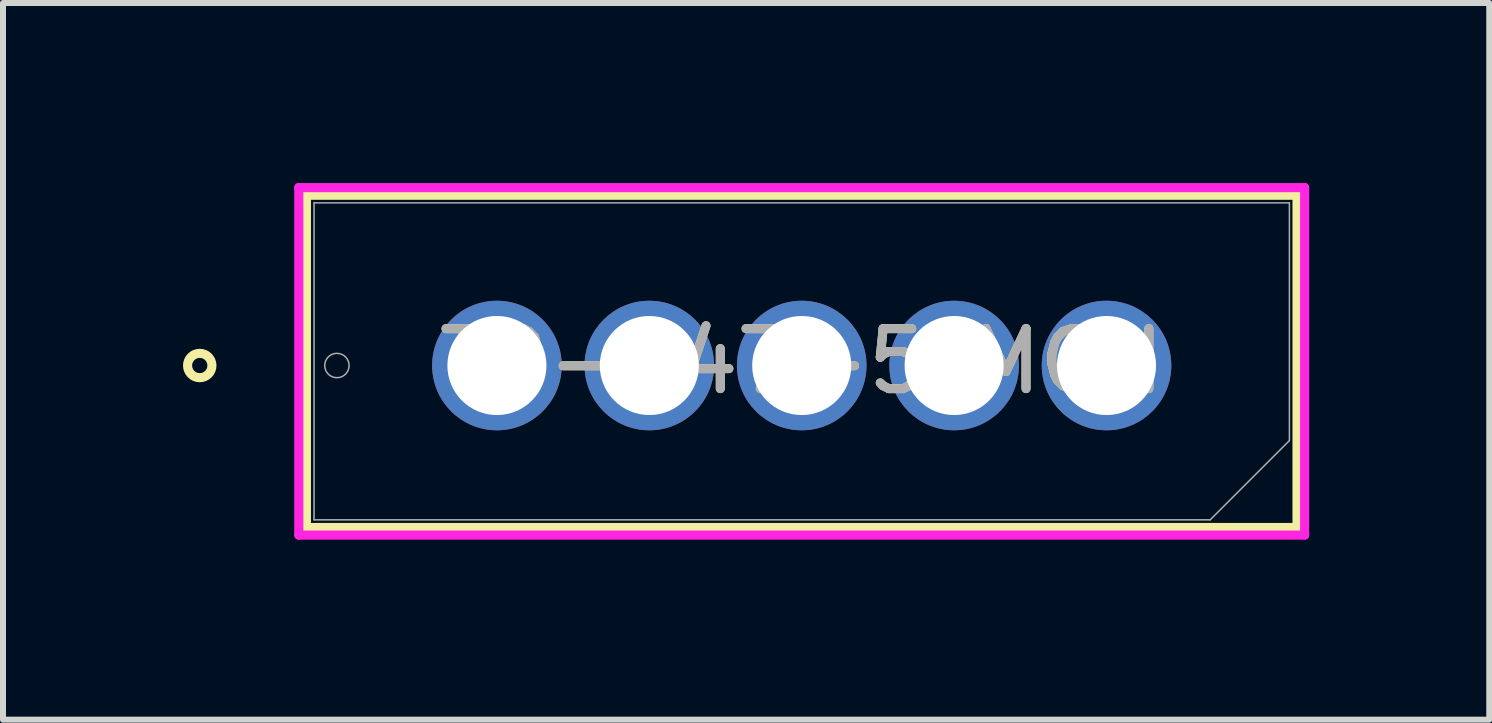
<source format=kicad_pcb>
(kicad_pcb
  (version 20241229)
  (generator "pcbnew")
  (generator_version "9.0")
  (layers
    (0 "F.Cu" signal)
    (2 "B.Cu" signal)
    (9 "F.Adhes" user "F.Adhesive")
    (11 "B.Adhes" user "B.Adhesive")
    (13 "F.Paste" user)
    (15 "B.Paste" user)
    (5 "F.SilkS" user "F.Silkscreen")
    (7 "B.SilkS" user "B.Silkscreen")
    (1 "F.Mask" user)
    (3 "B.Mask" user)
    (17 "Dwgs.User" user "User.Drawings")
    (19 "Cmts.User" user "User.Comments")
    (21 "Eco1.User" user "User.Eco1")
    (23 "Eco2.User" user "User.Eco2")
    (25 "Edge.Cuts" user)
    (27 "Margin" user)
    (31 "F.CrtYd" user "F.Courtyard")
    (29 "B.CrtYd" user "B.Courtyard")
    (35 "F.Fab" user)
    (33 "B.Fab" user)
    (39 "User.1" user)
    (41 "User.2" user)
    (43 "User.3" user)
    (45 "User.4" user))
  (footprint "TO-247-5_MCH"
    (layer "F.Cu")
    (at 5.232 3.042)
    (property "Reference" "TO-247-5_MCH" (at 5.08 -0.07 0) (unlocked yes) (layer "F.SilkS") (effects (font (size 1 1) (thickness 0.15))))
    (attr through_hole)
    (fp_line (start -3.175 -2.838) (end 13.335 -2.838) (stroke (width 0.152) (type solid)) (layer "F.SilkS"))
    (fp_line (start -3.175 2.699) (end -3.175 -2.838) (stroke (width 0.152) (type solid)) (layer "F.SilkS"))
    (fp_line (start 13.335 -2.838) (end 13.335 2.699) (stroke (width 0.152) (type solid)) (layer "F.SilkS"))
    (fp_line (start 13.335 2.699) (end -3.175 2.699) (stroke (width 0.152) (type solid)) (layer "F.SilkS"))
    (fp_circle (center -4.953 0) (end -4.75 0) (stroke (width 0.152) (type solid)) (fill no) (layer "F.SilkS"))
    (fp_line (start -3.302 -2.965) (end 13.462 -2.965) (stroke (width 0.152) (type solid)) (layer "F.CrtYd"))
    (fp_line (start -3.302 2.826) (end -3.302 -2.965) (stroke (width 0.152) (type solid)) (layer "F.CrtYd"))
    (fp_line (start 13.462 -2.965) (end 13.462 2.826) (stroke (width 0.152) (type solid)) (layer "F.CrtYd"))
    (fp_line (start 13.462 2.826) (end -3.302 2.826) (stroke (width 0.152) (type solid)) (layer "F.CrtYd"))
    (fp_line (start -3.048 -2.711) (end 13.208 -2.711) (stroke (width 0.025) (type solid)) (layer "F.Fab"))
    (fp_line (start -3.048 2.572) (end -3.048 -2.711) (stroke (width 0.025) (type solid)) (layer "F.Fab"))
    (fp_line (start 11.887 2.572) (end -3.048 2.572) (stroke (width 0.025) (type solid)) (layer "F.Fab"))
    (fp_line (start 13.208 -2.711) (end 13.208 1.251) (stroke (width 0.025) (type solid)) (layer "F.Fab"))
    (fp_line (start 13.208 1.251) (end 11.887 2.572) (stroke (width 0.025) (type solid)) (layer "F.Fab"))
    (fp_circle (center -2.667 0) (end -2.464 0) (stroke (width 0.025) (type solid)) (fill no) (layer "F.Fab"))
    (fp_text user "${REFERENCE}" (at 5.08 -0.07 0) (unlocked yes) (layer "F.Fab") (effects (font (size 1 1) (thickness 0.15))))
    (pad "1" thru_hole circle (at 0 0) (size 2.159 2.159) (drill 1.651) (layers "*.Cu" "*.Mask"))
    (pad "2" thru_hole circle (at 2.54 0) (size 2.159 2.159) (drill 1.651) (layers "*.Cu" "*.Mask"))
    (pad "3" thru_hole circle (at 5.08 0) (size 2.159 2.159) (drill 1.651) (layers "*.Cu" "*.Mask"))
    (pad "4" thru_hole circle (at 7.62 0) (size 2.159 2.159) (drill 1.651) (layers "*.Cu" "*.Mask"))
    (pad "5" thru_hole circle (at 10.16 0) (size 2.159 2.159) (drill 1.651) (layers "*.Cu" "*.Mask")))
  (gr_rect
    (start -3 -3)
    (end 21.771 8.944)
    (stroke (width 0.1) (type default))
    (fill no)
    (layer "Edge.Cuts")))
</source>
